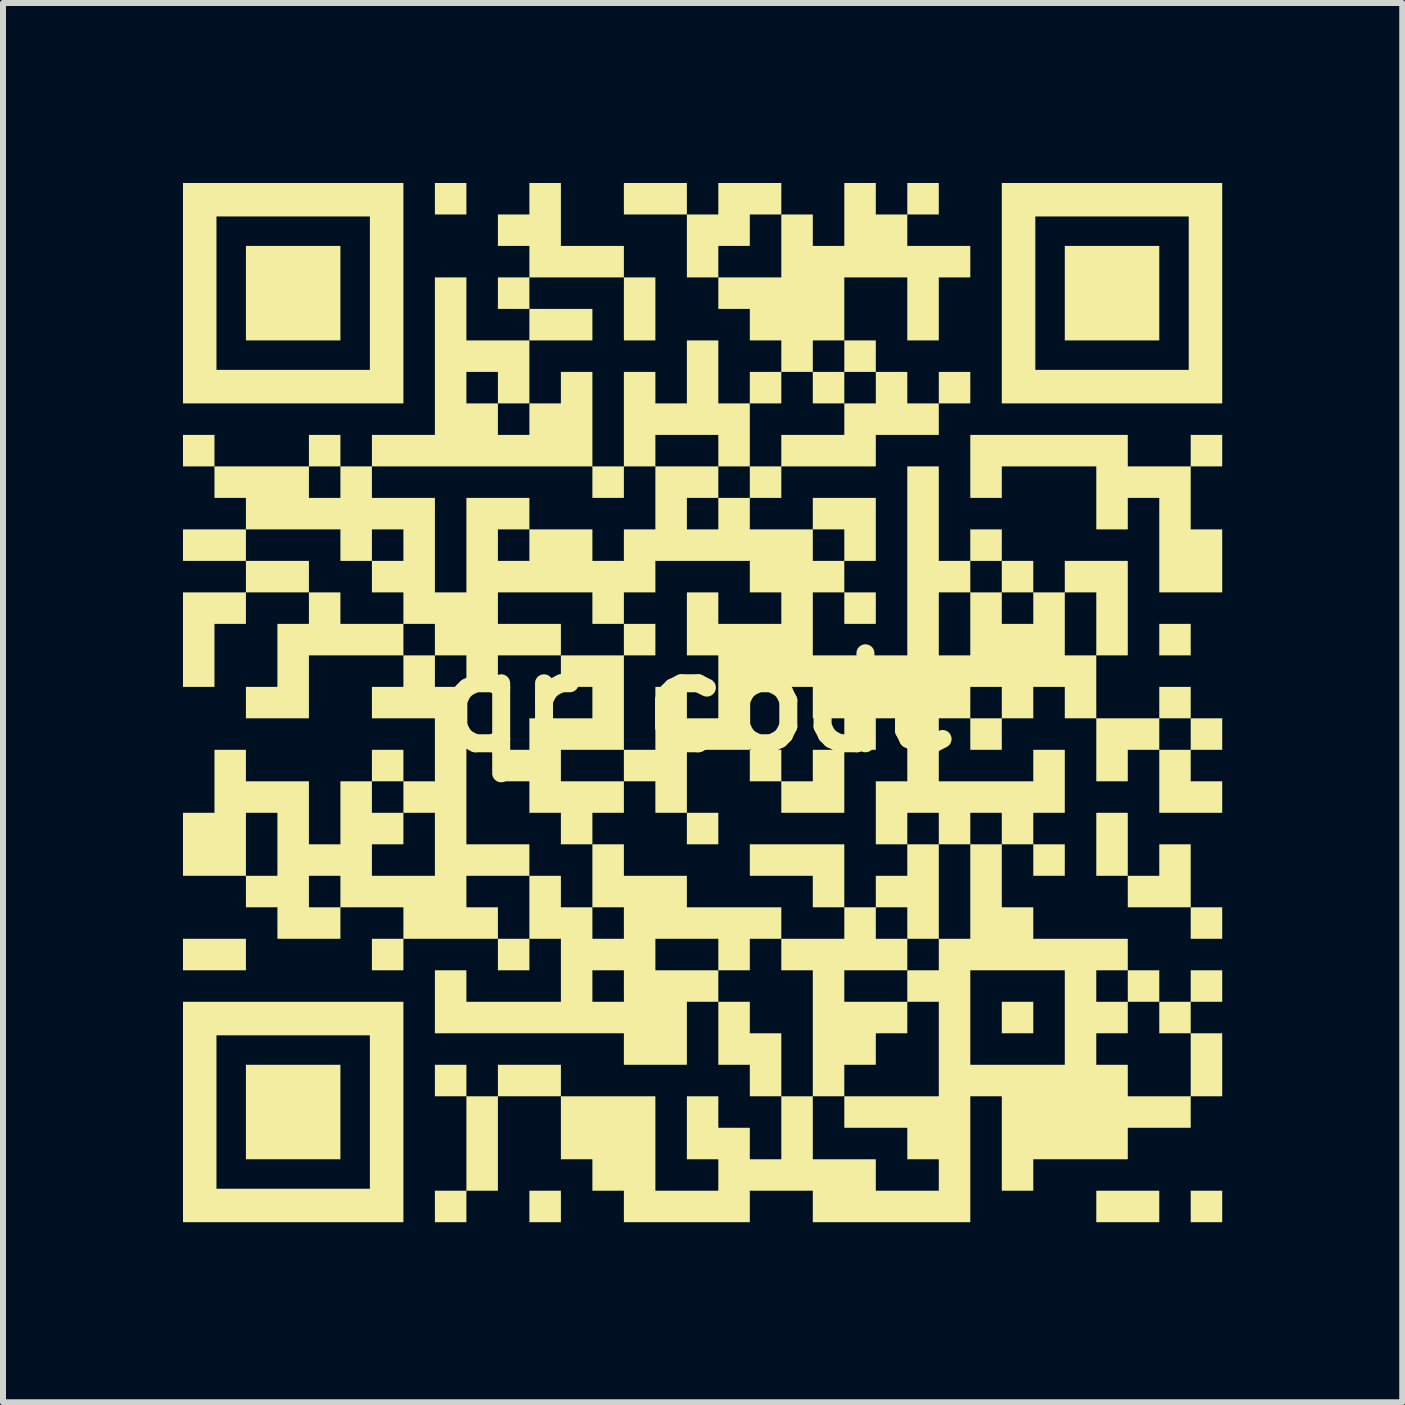
<source format=kicad_pcb>
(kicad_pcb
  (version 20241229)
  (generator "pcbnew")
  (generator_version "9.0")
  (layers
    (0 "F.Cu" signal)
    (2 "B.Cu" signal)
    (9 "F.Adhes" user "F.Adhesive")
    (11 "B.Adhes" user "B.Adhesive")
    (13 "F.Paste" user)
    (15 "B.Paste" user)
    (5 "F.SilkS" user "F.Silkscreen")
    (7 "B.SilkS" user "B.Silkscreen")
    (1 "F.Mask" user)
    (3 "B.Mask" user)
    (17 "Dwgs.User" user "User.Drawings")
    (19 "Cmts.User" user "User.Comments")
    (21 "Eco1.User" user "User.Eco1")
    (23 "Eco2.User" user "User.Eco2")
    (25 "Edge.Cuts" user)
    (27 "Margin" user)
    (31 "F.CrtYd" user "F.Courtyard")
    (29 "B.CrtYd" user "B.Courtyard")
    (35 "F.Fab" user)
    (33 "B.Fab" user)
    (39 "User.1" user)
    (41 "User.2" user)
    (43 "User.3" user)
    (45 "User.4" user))
  (footprint "qr code"
    (layer "F.Cu")
    (at 8.661 8.661)
    (property "Reference" "qr code" (at 0 0 0) (layer "F.SilkS") (effects (font (size 1.5 1.5) (thickness 0.3))))
    (attr board_only exclude_from_pos_files exclude_from_bom)
    (fp_poly (pts (xy -7.612 4.199) (xy -7.612 4.462) (xy -8.136 4.462) (xy -8.661 4.462) (xy -8.661 4.199) (xy -8.661 3.937) (xy -8.136 3.937) (xy -7.612 3.937)) (stroke (width 0) (type solid)) (fill yes) (layer "F.SilkS"))
    (fp_poly (pts (xy -6.037 -6.824) (xy -6.037 -6.037) (xy -6.824 -6.037) (xy -7.612 -6.037) (xy -7.612 -6.824) (xy -7.612 -7.612) (xy -6.824 -7.612) (xy -6.037 -7.612)) (stroke (width 0) (type solid)) (fill yes) (layer "F.SilkS"))
    (fp_poly (pts (xy -6.037 6.824) (xy -6.037 7.612) (xy -6.824 7.612) (xy -7.612 7.612) (xy -7.612 6.824) (xy -7.612 6.037) (xy -6.824 6.037) (xy -6.037 6.037)) (stroke (width 0) (type solid)) (fill yes) (layer "F.SilkS"))
    (fp_poly (pts (xy -3.937 -8.399) (xy -3.937 -8.136) (xy -4.199 -8.136) (xy -4.462 -8.136) (xy -4.462 -8.399) (xy -4.462 -8.661) (xy -4.199 -8.661) (xy -3.937 -8.661)) (stroke (width 0) (type solid)) (fill yes) (layer "F.SilkS"))
    (fp_poly (pts (xy -2.362 8.399) (xy -2.362 8.661) (xy -2.625 8.661) (xy -2.887 8.661) (xy -2.887 8.399) (xy -2.887 8.136) (xy -2.625 8.136) (xy -2.362 8.136)) (stroke (width 0) (type solid)) (fill yes) (layer "F.SilkS"))
    (fp_poly (pts (xy -0.787 -6.562) (xy -0.787 -6.037) (xy -1.05 -6.037) (xy -1.312 -6.037) (xy -1.312 -6.562) (xy -1.312 -7.087) (xy -1.05 -7.087) (xy -0.787 -7.087)) (stroke (width 0) (type solid)) (fill yes) (layer "F.SilkS"))
    (fp_poly (pts (xy 0.262 2.1) (xy 0.262 2.362) (xy -0.000001 2.362) (xy -0.262 2.362) (xy -0.262 2.1) (xy -0.262 1.837) (xy -0.000001 1.837) (xy 0.262 1.837)) (stroke (width 0) (type solid)) (fill yes) (layer "F.SilkS"))
    (fp_poly (pts (xy 2.362 -5.249) (xy 2.362 -4.987) (xy 2.1 -4.987) (xy 1.837 -4.987) (xy 1.837 -5.249) (xy 1.837 -5.512) (xy 2.1 -5.512) (xy 2.362 -5.512)) (stroke (width 0) (type solid)) (fill yes) (layer "F.SilkS"))
    (fp_poly (pts (xy 2.887 -5.774) (xy 2.887 -5.512) (xy 2.625 -5.512) (xy 2.362 -5.512) (xy 2.362 -5.774) (xy 2.362 -6.037) (xy 2.625 -6.037) (xy 2.887 -6.037)) (stroke (width 0) (type solid)) (fill yes) (layer "F.SilkS"))
    (fp_poly (pts (xy 2.887 -1.575) (xy 2.887 -1.312) (xy 2.625 -1.312) (xy 2.362 -1.312) (xy 2.362 -1.575) (xy 2.362 -1.837) (xy 2.625 -1.837) (xy 2.887 -1.837)) (stroke (width 0) (type solid)) (fill yes) (layer "F.SilkS"))
    (fp_poly (pts (xy 5.512 5.249) (xy 5.512 5.512) (xy 5.249 5.512) (xy 4.987 5.512) (xy 4.987 5.249) (xy 4.987 4.987) (xy 5.249 4.987) (xy 5.512 4.987)) (stroke (width 0) (type solid)) (fill yes) (layer "F.SilkS"))
    (fp_poly (pts (xy 6.037 2.625) (xy 6.037 2.887) (xy 5.774 2.887) (xy 5.512 2.887) (xy 5.512 2.625) (xy 5.512 2.362) (xy 5.774 2.362) (xy 6.037 2.362)) (stroke (width 0) (type solid)) (fill yes) (layer "F.SilkS"))
    (fp_poly (pts (xy 7.612 -6.824) (xy 7.612 -6.037) (xy 6.824 -6.037) (xy 6.037 -6.037) (xy 6.037 -6.824) (xy 6.037 -7.612) (xy 6.824 -7.612) (xy 7.612 -7.612)) (stroke (width 0) (type solid)) (fill yes) (layer "F.SilkS"))
    (fp_poly (pts (xy 7.612 8.399) (xy 7.612 8.661) (xy 7.087 8.661) (xy 6.562 8.661) (xy 6.562 8.399) (xy 6.562 8.136) (xy 7.087 8.136) (xy 7.612 8.136)) (stroke (width 0) (type solid)) (fill yes) (layer "F.SilkS"))
    (fp_poly (pts (xy 8.136 -1.05) (xy 8.136 -0.787) (xy 7.874 -0.787) (xy 7.612 -0.787) (xy 7.612 -1.05) (xy 7.612 -1.312) (xy 7.874 -1.312) (xy 8.136 -1.312)) (stroke (width 0) (type solid)) (fill yes) (layer "F.SilkS"))
    (fp_poly (pts (xy 8.661 3.675) (xy 8.661 3.937) (xy 8.399 3.937) (xy 8.136 3.937) (xy 8.136 3.675) (xy 8.136 3.412) (xy 8.399 3.412) (xy 8.661 3.412)) (stroke (width 0) (type solid)) (fill yes) (layer "F.SilkS"))
    (fp_poly (pts (xy 8.661 8.399) (xy 8.661 8.661) (xy 8.399 8.661) (xy 8.136 8.661) (xy 8.136 8.399) (xy 8.136 8.136) (xy 8.399 8.136) (xy 8.661 8.136)) (stroke (width 0) (type solid)) (fill yes) (layer "F.SilkS"))
    (fp_poly (pts (xy 0.787 5.249) (xy 0.787 5.512) (xy 1.05 5.512) (xy 1.312 5.512) (xy 1.312 6.037) (xy 1.312 6.562) (xy 1.05 6.562) (xy 0.787 6.562) (xy 0.787 6.299) (xy 0.787 6.037) (xy 0.525 6.037) (xy 0.262 6.037) (xy 0.262 5.512) (xy 0.262 4.987) (xy 0.525 4.987) (xy 0.787 4.987)) (stroke (width 0) (type solid)) (fill yes) (layer "F.SilkS"))
    (fp_poly (pts (xy -4.987 -6.824) (xy -4.987 -4.987) (xy -6.824 -4.987) (xy -8.661 -4.987) (xy -8.661 -6.824) (xy -8.103 -6.824) (xy -8.103 -5.546) (xy -6.824 -5.546) (xy -5.546 -5.546) (xy -5.546 -6.824) (xy -5.546 -8.103) (xy -6.824 -8.103) (xy -8.103 -8.103) (xy -8.103 -6.824) (xy -8.661 -6.824) (xy -8.661 -8.661) (xy -6.824 -8.661) (xy -4.987 -8.661)) (stroke (width 0) (type solid)) (fill yes) (layer "F.SilkS"))
    (fp_poly (pts (xy -4.987 6.824) (xy -4.987 8.661) (xy -6.824 8.661) (xy -8.661 8.661) (xy -8.661 6.824) (xy -8.103 6.824) (xy -8.103 8.103) (xy -6.824 8.103) (xy -5.546 8.103) (xy -5.546 6.824) (xy -5.546 5.546) (xy -6.824 5.546) (xy -8.103 5.546) (xy -8.103 6.824) (xy -8.661 6.824) (xy -8.661 4.987) (xy -6.824 4.987) (xy -4.987 4.987)) (stroke (width 0) (type solid)) (fill yes) (layer "F.SilkS"))
    (fp_poly (pts (xy 8.661 -6.824) (xy 8.661 -4.987) (xy 6.824 -4.987) (xy 4.987 -4.987) (xy 4.987 -6.824) (xy 5.546 -6.824) (xy 5.546 -5.546) (xy 6.824 -5.546) (xy 8.103 -5.546) (xy 8.103 -6.824) (xy 8.103 -8.103) (xy 6.824 -8.103) (xy 5.546 -8.103) (xy 5.546 -6.824) (xy 4.987 -6.824) (xy 4.987 -8.661) (xy 6.824 -8.661) (xy 8.661 -8.661)) (stroke (width 0) (type solid)) (fill yes) (layer "F.SilkS"))
    (fp_poly (pts (xy -6.562 -2.1) (xy -6.562 -1.837) (xy -7.087 -1.837) (xy -7.612 -1.837) (xy -7.612 -1.575) (xy -7.612 -1.312) (xy -7.874 -1.312) (xy -8.136 -1.312) (xy -8.136 -0.787) (xy -8.136 -0.262) (xy -8.399 -0.262) (xy -8.661 -0.262) (xy -8.661 -1.05) (xy -8.661 -1.837) (xy -8.136 -1.837) (xy -7.612 -1.837) (xy -7.612 -2.1) (xy -7.612 -2.362) (xy -7.087 -2.362) (xy -6.562 -2.362)) (stroke (width 0) (type solid)) (fill yes) (layer "F.SilkS"))
    (fp_poly (pts (xy 1.312 1.05) (xy 1.312 1.312) (xy 1.575 1.312) (xy 1.837 1.312) (xy 1.837 1.05) (xy 1.837 0.787) (xy 2.1 0.787) (xy 2.362 0.787) (xy 2.362 1.312) (xy 2.362 1.837) (xy 1.837 1.837) (xy 1.312 1.837) (xy 1.312 1.575) (xy 1.312 1.312) (xy 1.05 1.312) (xy 0.787 1.312) (xy 0.787 1.05) (xy 0.787 0.787) (xy 1.05 0.787) (xy 1.312 0.787)) (stroke (width 0) (type solid)) (fill yes) (layer "F.SilkS"))
    (fp_poly (pts (xy 7.087 2.362) (xy 7.087 2.887) (xy 7.349 2.887) (xy 7.612 2.887) (xy 7.612 2.625) (xy 7.612 2.362) (xy 7.874 2.362) (xy 8.136 2.362) (xy 8.136 2.887) (xy 8.136 3.412) (xy 7.612 3.412) (xy 7.087 3.412) (xy 7.087 3.15) (xy 7.087 2.887) (xy 6.824 2.887) (xy 6.562 2.887) (xy 6.562 2.362) (xy 6.562 1.837) (xy 6.824 1.837) (xy 7.087 1.837)) (stroke (width 0) (type solid)) (fill yes) (layer "F.SilkS"))
    (fp_poly (pts (xy -2.362 -8.136) (xy -2.362 -7.612) (xy -1.837 -7.612) (xy -1.312 -7.612) (xy -1.312 -7.349) (xy -1.312 -7.087) (xy -2.1 -7.087) (xy -2.887 -7.087) (xy -2.887 -6.824) (xy -2.887 -6.562) (xy -3.15 -6.562) (xy -3.412 -6.562) (xy -3.412 -6.824) (xy -3.412 -7.087) (xy -3.15 -7.087) (xy -2.887 -7.087) (xy -2.887 -7.349) (xy -2.887 -7.612) (xy -3.15 -7.612) (xy -3.412 -7.612) (xy -3.412 -7.874) (xy -3.412 -8.136) (xy -3.15 -8.136) (xy -2.887 -8.136) (xy -2.887 -8.399) (xy -2.887 -8.661) (xy -2.625 -8.661) (xy -2.362 -8.661)) (stroke (width 0) (type solid)) (fill yes) (layer "F.SilkS"))
    (fp_poly (pts (xy -3.937 6.299) (xy -3.937 6.562) (xy -3.675 6.562) (xy -3.412 6.562) (xy -3.412 6.299) (xy -3.412 6.037) (xy -2.887 6.037) (xy -2.362 6.037) (xy -2.362 6.299) (xy -2.362 6.562) (xy -2.887 6.562) (xy -3.412 6.562) (xy -3.412 7.349) (xy -3.412 8.136) (xy -3.675 8.136) (xy -3.937 8.136) (xy -3.937 8.399) (xy -3.937 8.661) (xy -4.199 8.661) (xy -4.462 8.661) (xy -4.462 8.399) (xy -4.462 8.136) (xy -4.199 8.136) (xy -3.937 8.136) (xy -3.937 7.349) (xy -3.937 6.562) (xy -4.199 6.562) (xy -4.462 6.562) (xy -4.462 6.299) (xy -4.462 6.037) (xy -4.199 6.037) (xy -3.937 6.037)) (stroke (width 0) (type solid)) (fill yes) (layer "F.SilkS"))
    (fp_poly (pts (xy 7.087 -4.199) (xy 7.087 -3.937) (xy 7.612 -3.937) (xy 8.136 -3.937) (xy 8.136 -4.199) (xy 8.136 -4.462) (xy 8.399 -4.462) (xy 8.661 -4.462) (xy 8.661 -4.199) (xy 8.661 -3.937) (xy 8.399 -3.937) (xy 8.136 -3.937) (xy 8.136 -3.412) (xy 8.136 -2.887) (xy 8.399 -2.887) (xy 8.661 -2.887) (xy 8.661 -2.362) (xy 8.661 -1.837) (xy 8.136 -1.837) (xy 7.612 -1.837) (xy 7.612 -2.625) (xy 7.612 -3.412) (xy 7.349 -3.412) (xy 7.087 -3.412) (xy 7.087 -3.15) (xy 7.087 -2.887) (xy 6.824 -2.887) (xy 6.562 -2.887) (xy 6.562 -3.412) (xy 6.562 -3.937) (xy 5.774 -3.937) (xy 4.987 -3.937) (xy 4.987 -3.675) (xy 4.987 -3.412) (xy 4.724 -3.412) (xy 4.462 -3.412) (xy 4.462 -3.937) (xy 4.462 -4.462) (xy 5.774 -4.462) (xy 7.087 -4.462)) (stroke (width 0) (type solid)) (fill yes) (layer "F.SilkS"))
    (fp_poly (pts (xy -0.787 -1.05) (xy -0.787 -0.787) (xy -1.05 -0.787) (xy -1.312 -0.787) (xy -1.312 -0.000001) (xy -1.312 0.787) (xy -1.837 0.787) (xy -2.362 0.787) (xy -2.362 1.05) (xy -2.362 1.312) (xy -1.837 1.312) (xy -1.312 1.312) (xy -1.312 1.575) (xy -1.312 1.837) (xy -1.575 1.837) (xy -1.837 1.837) (xy -1.837 2.1) (xy -1.837 2.362) (xy -2.1 2.362) (xy -2.362 2.362) (xy -2.362 2.1) (xy -2.362 1.837) (xy -2.625 1.837) (xy -2.887 1.837) (xy -2.887 1.575) (xy -2.887 1.312) (xy -3.15 1.312) (xy -3.412 1.312) (xy -3.412 1.05) (xy -3.412 0.787) (xy -3.15 0.787) (xy -2.887 0.787) (xy -2.887 0.525) (xy -2.887 0.262) (xy -2.362 0.262) (xy -1.837 0.262) (xy -1.837 -0.000001) (xy -1.837 -0.262) (xy -2.1 -0.262) (xy -2.362 -0.262) (xy -2.362 -0.525) (xy -2.362 -0.787) (xy -1.837 -0.787) (xy -1.312 -0.787) (xy -1.312 -1.05) (xy -1.312 -1.312) (xy -1.05 -1.312) (xy -0.787 -1.312)) (stroke (width 0) (type solid)) (fill yes) (layer "F.SilkS"))
    (fp_poly (pts (xy 2.362 2.887) (xy 2.362 3.412) (xy 2.625 3.412) (xy 2.887 3.412) (xy 2.887 3.15) (xy 2.887 2.887) (xy 3.15 2.887) (xy 3.412 2.887) (xy 3.412 2.625) (xy 3.412 2.362) (xy 3.675 2.362) (xy 3.937 2.362) (xy 3.937 3.15) (xy 3.937 3.937) (xy 3.675 3.937) (xy 3.412 3.937) (xy 3.412 4.199) (xy 3.412 4.462) (xy 2.887 4.462) (xy 2.362 4.462) (xy 2.362 4.724) (xy 2.362 4.987) (xy 2.887 4.987) (xy 3.412 4.987) (xy 3.412 5.249) (xy 3.412 5.512) (xy 3.15 5.512) (xy 2.887 5.512) (xy 2.887 5.774) (xy 2.887 6.037) (xy 2.625 6.037) (xy 2.362 6.037) (xy 2.362 6.299) (xy 2.362 6.562) (xy 2.1 6.562) (xy 1.837 6.562) (xy 1.837 5.512) (xy 1.837 4.462) (xy 1.575 4.462) (xy 1.312 4.462) (xy 1.312 4.199) (xy 1.312 3.937) (xy 1.837 3.937) (xy 2.362 3.937) (xy 2.362 3.675) (xy 2.887 3.675) (xy 2.887 3.937) (xy 3.15 3.937) (xy 3.412 3.937) (xy 3.412 3.675) (xy 3.412 3.412) (xy 3.15 3.412) (xy 2.887 3.412) (xy 2.887 3.675) (xy 2.362 3.675) (xy 2.362 3.412) (xy 2.1 3.412) (xy 1.837 3.412) (xy 1.837 3.15) (xy 1.837 2.887) (xy 1.312 2.887) (xy 0.787 2.887) (xy 0.787 2.625) (xy 0.787 2.362) (xy 1.575 2.362) (xy 2.362 2.362)) (stroke (width 0) (type solid)) (fill yes) (layer "F.SilkS"))
    (fp_poly (pts (xy -0.262 -8.399) (xy -0.262 -8.136) (xy -0.000001 -8.136) (xy 0.262 -8.136) (xy 0.262 -8.399) (xy 0.262 -8.661) (xy 0.787 -8.661) (xy 1.312 -8.661) (xy 1.312 -8.399) (xy 1.312 -8.136) (xy 1.05 -8.136) (xy 0.787 -8.136) (xy 0.787 -7.874) (xy 0.787 -7.612) (xy 0.525 -7.612) (xy 0.262 -7.612) (xy 0.262 -7.349) (xy 0.262 -7.087) (xy 0.787 -7.087) (xy 1.312 -7.087) (xy 1.312 -7.612) (xy 1.312 -8.136) (xy 1.575 -8.136) (xy 1.837 -8.136) (xy 1.837 -7.874) (xy 1.837 -7.612) (xy 2.1 -7.612) (xy 2.362 -7.612) (xy 2.362 -8.136) (xy 2.362 -8.661) (xy 2.625 -8.661) (xy 2.887 -8.661) (xy 2.887 -8.399) (xy 2.887 -8.136) (xy 3.15 -8.136) (xy 3.412 -8.136) (xy 3.412 -8.399) (xy 3.412 -8.661) (xy 3.675 -8.661) (xy 3.937 -8.661) (xy 3.937 -8.399) (xy 3.937 -8.136) (xy 3.675 -8.136) (xy 3.412 -8.136) (xy 3.412 -7.874) (xy 3.412 -7.612) (xy 3.937 -7.612) (xy 4.462 -7.612) (xy 4.462 -7.349) (xy 4.462 -7.087) (xy 4.199 -7.087) (xy 3.937 -7.087) (xy 3.937 -6.562) (xy 3.937 -6.037) (xy 3.675 -6.037) (xy 3.412 -6.037) (xy 3.412 -6.562) (xy 3.412 -7.087) (xy 2.887 -7.087) (xy 2.362 -7.087) (xy 2.362 -6.562) (xy 2.362 -6.037) (xy 2.1 -6.037) (xy 1.837 -6.037) (xy 1.837 -5.774) (xy 1.837 -5.512) (xy 1.575 -5.512) (xy 1.312 -5.512) (xy 1.312 -5.249) (xy 1.312 -4.987) (xy 1.05 -4.987) (xy 0.787 -4.987) (xy 0.787 -4.462) (xy 0.787 -3.937) (xy 0.525 -3.937) (xy 0.262 -3.937) (xy 0.262 -4.199) (xy 0.262 -4.462) (xy -0.262 -4.462) (xy -0.787 -4.462) (xy -0.787 -4.199) (xy -0.787 -3.937) (xy -1.05 -3.937) (xy -1.312 -3.937) (xy -1.312 -3.675) (xy -1.312 -3.412) (xy -1.575 -3.412) (xy -1.837 -3.412) (xy -1.837 -3.675) (xy -1.837 -3.937) (xy -3.675 -3.937) (xy -5.512 -3.937) (xy -5.512 -3.675) (xy -5.512 -3.412) (xy -4.987 -3.412) (xy -4.462 -3.412) (xy -4.462 -2.625) (xy -4.462 -1.837) (xy -4.199 -1.837) (xy -3.937 -1.837) (xy -3.937 -2.625) (xy -3.937 -3.412) (xy -3.412 -3.412) (xy -2.887 -3.412) (xy -2.887 -3.15) (xy -2.887 -2.887) (xy -3.15 -2.887) (xy -3.412 -2.887) (xy -3.412 -2.625) (xy -3.412 -2.362) (xy -3.15 -2.362) (xy -2.887 -2.362) (xy -2.887 -2.625) (xy -2.887 -2.887) (xy -2.362 -2.887) (xy -1.837 -2.887) (xy -1.837 -2.625) (xy -1.837 -2.362) (xy -1.575 -2.362) (xy -1.312 -2.362) (xy -1.312 -2.625) (xy 1.837 -2.625) (xy 1.837 -2.362) (xy 2.1 -2.362) (xy 2.362 -2.362) (xy 2.362 -2.625) (xy 2.362 -2.887) (xy 2.1 -2.887) (xy 1.837 -2.887) (xy 1.837 -2.625) (xy -1.312 -2.625) (xy -1.312 -2.887) (xy -1.05 -2.887) (xy -0.787 -2.887) (xy -0.787 -3.412) (xy -0.787 -3.937) (xy -0.262 -3.937) (xy 0.262 -3.937) (xy 0.262 -3.675) (xy 0.262 -3.412) (xy -0.000001 -3.412) (xy -0.262 -3.412) (xy -0.262 -3.15) (xy -0.262 -2.887) (xy -0.000001 -2.887) (xy 0.262 -2.887) (xy 0.262 -3.15) (xy 0.262 -3.412) (xy 0.525 -3.412) (xy 0.787 -3.412) (xy 0.787 -3.675) (xy 0.787 -3.937) (xy 1.05 -3.937) (xy 1.312 -3.937) (xy 1.312 -4.199) (xy 1.312 -4.462) (xy 1.837 -4.462) (xy 2.362 -4.462) (xy 2.362 -4.724) (xy 2.362 -4.987) (xy 2.625 -4.987) (xy 2.887 -4.987) (xy 2.887 -5.249) (xy 2.887 -5.512) (xy 3.15 -5.512) (xy 3.412 -5.512) (xy 3.412 -5.249) (xy 3.412 -4.987) (xy 3.675 -4.987) (xy 3.937 -4.987) (xy 3.937 -5.249) (xy 3.937 -5.512) (xy 4.199 -5.512) (xy 4.462 -5.512) (xy 4.462 -5.249) (xy 4.462 -4.987) (xy 4.199 -4.987) (xy 3.937 -4.987) (xy 3.937 -4.724) (xy 3.937 -4.462) (xy 3.412 -4.462) (xy 2.887 -4.462) (xy 2.887 -4.199) (xy 2.887 -3.937) (xy 2.1 -3.937) (xy 1.312 -3.937) (xy 1.312 -3.675) (xy 1.312 -3.412) (xy 1.05 -3.412) (xy 0.787 -3.412) (xy 0.787 -3.15) (xy 0.787 -2.887) (xy 1.312 -2.887) (xy 1.837 -2.887) (xy 1.837 -3.15) (xy 1.837 -3.412) (xy 2.362 -3.412) (xy 2.887 -3.412) (xy 2.887 -2.887) (xy 2.887 -2.362) (xy 2.625 -2.362) (xy 2.362 -2.362) (xy 2.362 -2.1) (xy 2.362 -1.837) (xy 2.1 -1.837) (xy 1.837 -1.837) (xy 1.837 -1.312) (xy 1.837 -0.787) (xy 2.625 -0.787) (xy 3.412 -0.787) (xy 3.412 -2.362) (xy 3.412 -3.937) (xy 3.675 -3.937) (xy 3.937 -3.937) (xy 3.937 -3.15) (xy 3.937 -2.362) (xy 4.199 -2.362) (xy 4.462 -2.362) (xy 4.462 -2.625) (xy 4.462 -2.887) (xy 4.724 -2.887) (xy 4.987 -2.887) (xy 4.987 -2.625) (xy 4.987 -2.362) (xy 4.724 -2.362) (xy 4.462 -2.362) (xy 4.462 -2.1) (xy 4.462 -1.837) (xy 4.199 -1.837) (xy 3.937 -1.837) (xy 3.937 -1.312) (xy 3.937 -0.787) (xy 4.199 -0.787) (xy 4.462 -0.787) (xy 4.462 -1.312) (xy 4.462 -1.575) (xy 4.987 -1.575) (xy 4.987 -1.312) (xy 5.249 -1.312) (xy 5.512 -1.312) (xy 6.037 -1.312) (xy 6.037 -0.787) (xy 6.299 -0.787) (xy 6.562 -0.787) (xy 6.562 -1.312) (xy 6.562 -1.837) (xy 6.299 -1.837) (xy 6.037 -1.837) (xy 6.037 -1.312) (xy 5.512 -1.312) (xy 5.512 -1.575) (xy 5.512 -1.837) (xy 5.249 -1.837) (xy 4.987 -1.837) (xy 4.987 -1.575) (xy 4.462 -1.575) (xy 4.462 -1.837) (xy 4.724 -1.837) (xy 4.987 -1.837) (xy 4.987 -2.1) (xy 4.987 -2.362) (xy 5.249 -2.362) (xy 5.512 -2.362) (xy 5.512 -2.1) (xy 5.512 -1.837) (xy 5.774 -1.837) (xy 6.037 -1.837) (xy 6.037 -2.1) (xy 6.037 -2.362) (xy 6.562 -2.362) (xy 7.087 -2.362) (xy 7.087 -1.575) (xy 7.087 -0.787) (xy 6.824 -0.787) (xy 6.562 -0.787) (xy 6.562 -0.262) (xy 6.562 0.262) (xy 7.087 0.262) (xy 7.612 0.262) (xy 7.612 -0.000001) (xy 7.612 -0.262) (xy 7.874 -0.262) (xy 8.136 -0.262) (xy 8.136 -0.000001) (xy 8.136 0.262) (xy 7.874 0.262) (xy 7.612 0.262) (xy 7.612 0.525) (xy 7.612 0.787) (xy 7.874 0.787) (xy 8.136 0.787) (xy 8.136 0.525) (xy 8.136 0.262) (xy 8.399 0.262) (xy 8.661 0.262) (xy 8.661 0.525) (xy 8.661 0.787) (xy 8.399 0.787) (xy 8.136 0.787) (xy 8.136 1.05) (xy 8.136 1.312) (xy 8.399 1.312) (xy 8.661 1.312) (xy 8.661 1.575) (xy 8.661 1.837) (xy 8.136 1.837) (xy 7.612 1.837) (xy 7.612 1.312) (xy 7.612 0.787) (xy 7.349 0.787) (xy 7.087 0.787) (xy 7.087 1.05) (xy 7.087 1.312) (xy 6.824 1.312) (xy 6.562 1.312) (xy 6.562 0.787) (xy 6.562 0.262) (xy 6.299 0.262) (xy 6.037 0.262) (xy 6.037 -0.000001) (xy 6.037 -0.262) (xy 5.774 -0.262) (xy 5.512 -0.262) (xy 5.512 -0.000001) (xy 5.512 0.262) (xy 5.249 0.262) (xy 4.987 0.262) (xy 4.987 0.525) (xy 4.987 0.787) (xy 4.724 0.787) (xy 4.462 0.787) (xy 4.462 0.525) (xy 4.462 0.262) (xy 4.199 0.262) (xy 3.937 0.262) (xy 3.937 0.787) (xy 3.937 1.312) (xy 4.724 1.312) (xy 5.512 1.312) (xy 5.512 1.05) (xy 5.512 0.787) (xy 5.774 0.787) (xy 6.037 0.787) (xy 6.037 1.312) (xy 6.037 1.837) (xy 5.774 1.837) (xy 5.512 1.837) (xy 5.512 2.1) (xy 5.512 2.362) (xy 5.249 2.362) (xy 4.987 2.362) (xy 4.987 2.887) (xy 4.987 3.412) (xy 5.249 3.412) (xy 5.512 3.412) (xy 5.512 3.675) (xy 5.512 3.937) (xy 6.299 3.937) (xy 7.087 3.937) (xy 7.087 4.199) (xy 7.087 4.462) (xy 6.824 4.462) (xy 6.562 4.462) (xy 6.562 4.724) (xy 6.562 4.987) (xy 6.824 4.987) (xy 7.087 4.987) (xy 7.087 4.724) (xy 7.087 4.462) (xy 7.349 4.462) (xy 7.612 4.462) (xy 7.612 4.724) (xy 7.612 4.987) (xy 7.874 4.987) (xy 8.136 4.987) (xy 8.136 4.724) (xy 8.136 4.462) (xy 8.399 4.462) (xy 8.661 4.462) (xy 8.661 4.724) (xy 8.661 4.987) (xy 8.399 4.987) (xy 8.136 4.987) (xy 8.136 5.249) (xy 8.136 5.512) (xy 7.874 5.512) (xy 7.612 5.512) (xy 7.612 5.249) (xy 7.612 4.987) (xy 7.349 4.987) (xy 7.087 4.987) (xy 7.087 5.249) (xy 7.087 5.512) (xy 6.824 5.512) (xy 6.562 5.512) (xy 6.562 5.774) (xy 6.562 6.037) (xy 6.824 6.037) (xy 7.087 6.037) (xy 7.087 6.299) (xy 7.087 6.562) (xy 7.612 6.562) (xy 8.136 6.562) (xy 8.136 6.037) (xy 8.136 5.512) (xy 8.399 5.512) (xy 8.661 5.512) (xy 8.661 6.037) (xy 8.661 6.562) (xy 8.399 6.562) (xy 8.136 6.562) (xy 8.136 6.824) (xy 8.136 7.087) (xy 7.612 7.087) (xy 7.087 7.087) (xy 7.087 7.349) (xy 7.087 7.612) (xy 6.299 7.612) (xy 5.512 7.612) (xy 5.512 7.874) (xy 5.512 8.136) (xy 5.249 8.136) (xy 4.987 8.136) (xy 4.987 7.349) (xy 4.987 6.562) (xy 4.724 6.562) (xy 4.462 6.562) (xy 4.462 7.612) (xy 4.462 8.661) (xy 3.15 8.661) (xy 1.837 8.661) (xy 1.837 8.399) (xy 1.837 8.136) (xy 1.312 8.136) (xy 0.787 8.136) (xy 0.787 8.399) (xy 0.787 8.661) (xy -0.262 8.661) (xy -1.312 8.661) (xy -1.312 8.399) (xy -1.312 8.136) (xy -1.575 8.136) (xy -1.837 8.136) (xy -1.837 7.874) (xy -1.837 7.612) (xy -2.1 7.612) (xy -2.362 7.612) (xy -2.362 7.087) (xy -2.362 6.562) (xy -1.575 6.562) (xy -0.787 6.562) (xy -0.787 7.349) (xy -0.787 8.136) (xy -0.262 8.136) (xy 0.262 8.136) (xy 0.262 7.874) (xy 0.262 7.612) (xy -0.000001 7.612) (xy -0.262 7.612) (xy -0.262 7.087) (xy -0.262 6.562) (xy -0.000001 6.562) (xy 0.262 6.562) (xy 0.262 6.824) (xy 0.262 7.087) (xy 0.525 7.087) (xy 0.787 7.087) (xy 0.787 7.349) (xy 0.787 7.612) (xy 1.05 7.612) (xy 1.312 7.612) (xy 1.312 7.087) (xy 1.312 6.562) (xy 1.575 6.562) (xy 1.837 6.562) (xy 1.837 7.087) (xy 1.837 7.612) (xy 2.362 7.612) (xy 2.887 7.612) (xy 2.887 7.874) (xy 2.887 8.136) (xy 3.412 8.136) (xy 3.937 8.136) (xy 3.937 7.874) (xy 3.937 7.612) (xy 3.675 7.612) (xy 3.412 7.612) (xy 3.412 7.349) (xy 3.412 7.087) (xy 2.887 7.087) (xy 2.362 7.087) (xy 2.362 6.824) (xy 2.362 6.562) (xy 3.15 6.562) (xy 3.937 6.562) (xy 3.937 5.774) (xy 3.937 5.249) (xy 4.462 5.249) (xy 4.462 6.037) (xy 5.249 6.037) (xy 6.037 6.037) (xy 6.037 5.249) (xy 6.037 4.462) (xy 5.249 4.462) (xy 4.462 4.462) (xy 4.462 5.249) (xy 3.937 5.249) (xy 3.937 4.987) (xy 3.675 4.987) (xy 3.412 4.987) (xy 3.412 4.724) (xy 3.412 4.462) (xy 3.675 4.462) (xy 3.937 4.462) (xy 3.937 4.199) (xy 3.937 3.937) (xy 4.199 3.937) (xy 4.462 3.937) (xy 4.462 3.15) (xy 4.462 2.362) (xy 4.724 2.362) (xy 4.987 2.362) (xy 4.987 2.1) (xy 4.987 1.837) (xy 4.724 1.837) (xy 4.462 1.837) (xy 4.462 2.1) (xy 4.462 2.362) (xy 4.199 2.362) (xy 3.937 2.362) (xy 3.937 2.1) (xy 3.937 1.837) (xy 3.675 1.837) (xy 3.412 1.837) (xy 3.412 2.1) (xy 3.412 2.362) (xy 3.15 2.362) (xy 2.887 2.362) (xy 2.887 1.837) (xy 2.887 1.312) (xy 3.15 1.312) (xy 3.412 1.312) (xy 3.412 0.787) (xy 3.412 0.262) (xy 3.15 0.262) (xy 2.887 0.262) (xy 2.887 0.525) (xy 2.887 0.787) (xy 2.625 0.787) (xy 2.362 0.787) (xy 2.362 0.525) (xy 2.362 0.262) (xy 2.1 0.262) (xy 1.837 0.262) (xy 1.837 -0.000001) (xy 4.462 -0.000001) (xy 4.462 0.262) (xy 4.724 0.262) (xy 4.987 0.262) (xy 4.987 -0.000001) (xy 4.987 -0.262) (xy 4.724 -0.262) (xy 4.462 -0.262) (xy 4.462 -0.000001) (xy 1.837 -0.000001) (xy 1.837 -0.262) (xy 1.312 -0.262) (xy 0.787 -0.262) (xy 0.787 0.262) (xy 0.787 0.787) (xy 0.262 0.787) (xy -0.262 0.787) (xy -0.262 1.312) (xy -0.262 1.837) (xy -0.525 1.837) (xy -0.787 1.837) (xy -0.787 1.575) (xy -0.787 1.312) (xy -1.05 1.312) (xy -1.312 1.312) (xy -1.312 1.05) (xy -1.312 0.787) (xy -1.05 0.787) (xy -0.787 0.787) (xy -0.787 0.262) (xy -0.787 -0.262) (xy -0.525 -0.262) (xy -0.262 -0.262) (xy -0.262 -0.000001) (xy -0.262 0.262) (xy -0.000001 0.262) (xy 0.262 0.262) (xy 0.262 -0.262) (xy 0.262 -0.787) (xy -0.000001 -0.787) (xy -0.262 -0.787) (xy -0.262 -1.312) (xy -0.262 -1.837) (xy -0.000001 -1.837) (xy 0.262 -1.837) (xy 0.262 -1.575) (xy 0.262 -1.312) (xy 0.787 -1.312) (xy 1.312 -1.312) (xy 1.312 -1.575) (xy 1.312 -1.837) (xy 1.05 -1.837) (xy 0.787 -1.837) (xy 0.787 -2.1) (xy 0.787 -2.362) (xy -0.000001 -2.362) (xy -0.787 -2.362) (xy -0.787 -2.1) (xy -0.787 -1.837) (xy -1.05 -1.837) (xy -1.312 -1.837) (xy -1.312 -1.575) (xy -1.312 -1.312) (xy -1.575 -1.312) (xy -1.837 -1.312) (xy -1.837 -1.575) (xy -1.837 -1.837) (xy -2.625 -1.837) (xy -3.412 -1.837) (xy -3.412 -1.575) (xy -3.412 -1.312) (xy -2.887 -1.312) (xy -2.362 -1.312) (xy -2.362 -1.05) (xy -2.362 -0.787) (xy -2.887 -0.787) (xy -3.412 -0.787) (xy -3.412 -0.525) (xy -3.412 -0.262) (xy -3.675 -0.262) (xy -3.937 -0.262) (xy -3.937 -0.525) (xy -3.937 -0.787) (xy -4.199 -0.787) (xy -4.462 -0.787) (xy -4.462 -0.525) (xy -4.462 -0.262) (xy -4.199 -0.262) (xy -3.937 -0.262) (xy -3.937 1.05) (xy -3.937 2.362) (xy -3.412 2.362) (xy -2.887 2.362) (xy -2.887 2.625) (xy -2.887 2.887) (xy -3.412 2.887) (xy -3.937 2.887) (xy -3.937 3.15) (xy -3.937 3.412) (xy -3.675 3.412) (xy -3.412 3.412) (xy -3.412 3.675) (xy -3.412 3.937) (xy -3.15 3.937) (xy -2.887 3.937) (xy -2.887 3.675) (xy -1.837 3.675) (xy -1.837 3.937) (xy -1.575 3.937) (xy -1.312 3.937) (xy -1.312 3.675) (xy -1.312 3.412) (xy -1.575 3.412) (xy -1.837 3.412) (xy -1.837 3.675) (xy -2.887 3.675) (xy -2.887 3.412) (xy -2.887 2.887) (xy -2.625 2.887) (xy -2.362 2.887) (xy -2.362 3.15) (xy -2.362 3.412) (xy -2.1 3.412) (xy -1.837 3.412) (xy -1.837 2.887) (xy -1.837 2.362) (xy -1.575 2.362) (xy -1.312 2.362) (xy -1.312 2.625) (xy -1.312 2.887) (xy -0.787 2.887) (xy -0.262 2.887) (xy -0.262 3.15) (xy -0.262 3.412) (xy 0.525 3.412) (xy 1.312 3.412) (xy 1.312 3.675) (xy 1.312 3.937) (xy 1.05 3.937) (xy 0.787 3.937) (xy 0.787 4.199) (xy 0.787 4.462) (xy 0.525 4.462) (xy 0.262 4.462) (xy 0.262 4.199) (xy 0.262 3.937) (xy -0.262 3.937) (xy -0.787 3.937) (xy -0.787 4.199) (xy -0.787 4.462) (xy -0.262 4.462) (xy 0.262 4.462) (xy 0.262 4.724) (xy 0.262 4.987) (xy -0.000001 4.987) (xy -0.262 4.987) (xy -0.262 5.512) (xy -0.262 6.037) (xy -0.787 6.037) (xy -1.312 6.037) (xy -1.312 5.774) (xy -1.312 5.512) (xy -2.887 5.512) (xy -4.462 5.512) (xy -4.462 4.987) (xy -4.462 4.462) (xy -4.199 4.462) (xy -3.937 4.462) (xy -3.937 4.724) (xy -3.937 4.987) (xy -3.15 4.987) (xy -2.362 4.987) (xy -2.362 4.724) (xy -1.837 4.724) (xy -1.837 4.987) (xy -1.575 4.987) (xy -1.312 4.987) (xy -1.312 4.724) (xy -1.312 4.462) (xy -1.575 4.462) (xy -1.837 4.462) (xy -1.837 4.724) (xy -2.362 4.724) (xy -2.362 4.462) (xy -2.362 3.937) (xy -2.625 3.937) (xy -2.887 3.937) (xy -2.887 4.199) (xy -2.887 4.462) (xy -3.15 4.462) (xy -3.412 4.462) (xy -3.412 4.199) (xy -3.412 3.937) (xy -4.199 3.937) (xy -4.987 3.937) (xy -4.987 4.199) (xy -4.987 4.462) (xy -5.249 4.462) (xy -5.512 4.462) (xy -5.512 4.199) (xy -5.512 3.937) (xy -5.249 3.937) (xy -4.987 3.937) (xy -4.987 3.675) (xy -4.987 3.412) (xy -5.512 3.412) (xy -6.037 3.412) (xy -6.037 3.675) (xy -6.037 3.937) (xy -6.562 3.937) (xy -7.087 3.937) (xy -7.087 3.675) (xy -7.087 3.412) (xy -7.349 3.412) (xy -7.612 3.412) (xy -7.612 3.15) (xy -6.562 3.15) (xy -6.562 3.412) (xy -6.299 3.412) (xy -6.037 3.412) (xy -6.037 3.15) (xy -6.037 2.887) (xy -6.299 2.887) (xy -6.562 2.887) (xy -6.562 3.15) (xy -7.612 3.15) (xy -7.612 2.887) (xy -8.136 2.887) (xy -8.661 2.887) (xy -8.661 2.362) (xy -7.612 2.362) (xy -7.612 2.887) (xy -7.349 2.887) (xy -7.087 2.887) (xy -7.087 2.362) (xy -7.087 1.837) (xy -7.349 1.837) (xy -7.612 1.837) (xy -7.612 2.362) (xy -8.661 2.362) (xy -8.661 1.837) (xy -8.399 1.837) (xy -8.136 1.837) (xy -8.136 1.312) (xy -8.136 0.787) (xy -7.874 0.787) (xy -7.612 0.787) (xy -7.612 1.05) (xy -7.612 1.312) (xy -7.087 1.312) (xy -6.562 1.312) (xy -6.562 1.837) (xy -6.562 2.362) (xy -6.299 2.362) (xy -6.037 2.362) (xy -5.512 2.362) (xy -5.512 2.625) (xy -5.512 2.887) (xy -4.987 2.887) (xy -4.462 2.887) (xy -4.462 2.362) (xy -4.462 1.837) (xy -4.724 1.837) (xy -4.987 1.837) (xy -4.987 2.1) (xy -4.987 2.362) (xy -5.249 2.362) (xy -5.512 2.362) (xy -6.037 2.362) (xy -6.037 1.837) (xy -6.037 1.575) (xy -5.512 1.575) (xy -5.512 1.837) (xy -5.249 1.837) (xy -4.987 1.837) (xy -4.987 1.575) (xy -4.987 1.312) (xy -5.249 1.312) (xy -5.512 1.312) (xy -5.512 1.575) (xy -6.037 1.575) (xy -6.037 1.312) (xy -5.774 1.312) (xy -5.512 1.312) (xy -5.512 1.05) (xy -5.512 0.787) (xy -5.249 0.787) (xy -4.987 0.787) (xy -4.987 1.05) (xy -4.987 1.312) (xy -4.724 1.312) (xy -4.462 1.312) (xy -4.462 0.787) (xy -4.462 0.262) (xy -4.987 0.262) (xy -5.512 0.262) (xy -5.512 -0.000001) (xy -5.512 -0.262) (xy -5.249 -0.262) (xy -4.987 -0.262) (xy -4.987 -0.525) (xy -4.987 -0.787) (xy -5.774 -0.787) (xy -6.562 -0.787) (xy -6.562 -0.262) (xy -6.562 0.262) (xy -7.087 0.262) (xy -7.612 0.262) (xy -7.612 -0.000001) (xy -7.612 -0.262) (xy -7.349 -0.262) (xy -7.087 -0.262) (xy -7.087 -0.787) (xy -7.087 -1.05) (xy -4.987 -1.05) (xy -4.987 -0.787) (xy -4.724 -0.787) (xy -4.462 -0.787) (xy -4.462 -1.05) (xy -4.462 -1.312) (xy -4.724 -1.312) (xy -4.987 -1.312) (xy -4.987 -1.05) (xy -7.087 -1.05) (xy -7.087 -1.312) (xy -6.824 -1.312) (xy -6.562 -1.312) (xy -6.562 -1.575) (xy -6.562 -1.837) (xy -6.299 -1.837) (xy -6.037 -1.837) (xy -6.037 -1.575) (xy -6.037 -1.312) (xy -5.512 -1.312) (xy -4.987 -1.312) (xy -4.987 -1.575) (xy -4.987 -1.837) (xy -5.249 -1.837) (xy -5.512 -1.837) (xy -5.512 -2.1) (xy -5.512 -2.362) (xy -5.249 -2.362) (xy -4.987 -2.362) (xy -4.987 -2.625) (xy -4.987 -2.887) (xy -5.249 -2.887) (xy -5.512 -2.887) (xy -5.512 -2.625) (xy -5.512 -2.362) (xy -5.774 -2.362) (xy -6.037 -2.362) (xy -6.037 -2.625) (xy -6.037 -2.887) (xy -6.824 -2.887) (xy -7.612 -2.887) (xy -7.612 -2.625) (xy -7.612 -2.362) (xy -8.136 -2.362) (xy -8.661 -2.362) (xy -8.661 -2.625) (xy -8.661 -2.887) (xy -8.136 -2.887) (xy -7.612 -2.887) (xy -7.612 -3.15) (xy -7.612 -3.412) (xy -7.874 -3.412) (xy -8.136 -3.412) (xy -8.136 -3.675) (xy -6.562 -3.675) (xy -6.562 -3.412) (xy -6.299 -3.412) (xy -6.037 -3.412) (xy -6.037 -3.675) (xy -6.037 -3.937) (xy -6.299 -3.937) (xy -6.562 -3.937) (xy -6.562 -3.675) (xy -8.136 -3.675) (xy -8.136 -3.937) (xy -8.399 -3.937) (xy -8.661 -3.937) (xy -8.661 -4.199) (xy -8.661 -4.462) (xy -8.399 -4.462) (xy -8.136 -4.462) (xy -8.136 -4.199) (xy -8.136 -3.937) (xy -7.349 -3.937) (xy -6.562 -3.937) (xy -6.562 -4.199) (xy -6.562 -4.462) (xy -6.299 -4.462) (xy -6.037 -4.462) (xy -6.037 -4.199) (xy -6.037 -3.937) (xy -5.774 -3.937) (xy -5.512 -3.937) (xy -5.512 -4.199) (xy -5.512 -4.462) (xy -4.987 -4.462) (xy -4.462 -4.462) (xy -4.462 -4.724) (xy -3.412 -4.724) (xy -3.412 -4.462) (xy -3.15 -4.462) (xy -2.887 -4.462) (xy -2.887 -4.724) (xy -2.887 -4.987) (xy -3.15 -4.987) (xy -3.412 -4.987) (xy -3.412 -4.724) (xy -4.462 -4.724) (xy -4.462 -5.249) (xy -3.937 -5.249) (xy -3.937 -4.987) (xy -3.675 -4.987) (xy -3.412 -4.987) (xy -3.412 -5.249) (xy -3.412 -5.512) (xy -3.675 -5.512) (xy -3.937 -5.512) (xy -3.937 -5.249) (xy -4.462 -5.249) (xy -4.462 -5.774) (xy -4.462 -7.087) (xy -4.199 -7.087) (xy -3.937 -7.087) (xy -3.937 -6.562) (xy -3.937 -6.037) (xy -3.412 -6.037) (xy -2.887 -6.037) (xy -2.887 -6.299) (xy -2.887 -6.562) (xy -2.362 -6.562) (xy -1.837 -6.562) (xy -1.837 -6.299) (xy -1.837 -6.037) (xy -2.362 -6.037) (xy -2.887 -6.037) (xy -2.887 -5.512) (xy -2.887 -4.987) (xy -2.625 -4.987) (xy -2.362 -4.987) (xy -2.362 -5.249) (xy -2.362 -5.512) (xy -2.1 -5.512) (xy -1.837 -5.512) (xy -1.837 -4.724) (xy -1.837 -3.937) (xy -1.575 -3.937) (xy -1.312 -3.937) (xy -1.312 -4.724) (xy -1.312 -5.512) (xy -1.05 -5.512) (xy -0.787 -5.512) (xy -0.787 -5.249) (xy -0.787 -4.987) (xy -0.525 -4.987) (xy -0.262 -4.987) (xy -0.262 -5.512) (xy -0.262 -6.037) (xy -0.000001 -6.037) (xy 0.262 -6.037) (xy 0.262 -5.512) (xy 0.262 -4.987) (xy 0.525 -4.987) (xy 0.787 -4.987) (xy 0.787 -5.249) (xy 0.787 -5.512) (xy 1.05 -5.512) (xy 1.312 -5.512) (xy 1.312 -5.774) (xy 1.312 -6.037) (xy 1.05 -6.037) (xy 0.787 -6.037) (xy 0.787 -6.299) (xy 0.787 -6.562) (xy 0.525 -6.562) (xy 0.262 -6.562) (xy 0.262 -6.824) (xy 0.262 -7.087) (xy -0.000001 -7.087) (xy -0.262 -7.087) (xy -0.262 -7.612) (xy -0.262 -8.136) (xy -0.787 -8.136) (xy -1.312 -8.136) (xy -1.312 -8.399) (xy -1.312 -8.661) (xy -0.787 -8.661) (xy -0.262 -8.661)) (stroke (width 0) (type solid)) (fill yes) (layer "F.SilkS")))
  (gr_rect
    (start -3 -3)
    (end 20.323 20.323)
    (stroke (width 0.1) (type default))
    (fill no)
    (layer "Edge.Cuts")))
</source>
